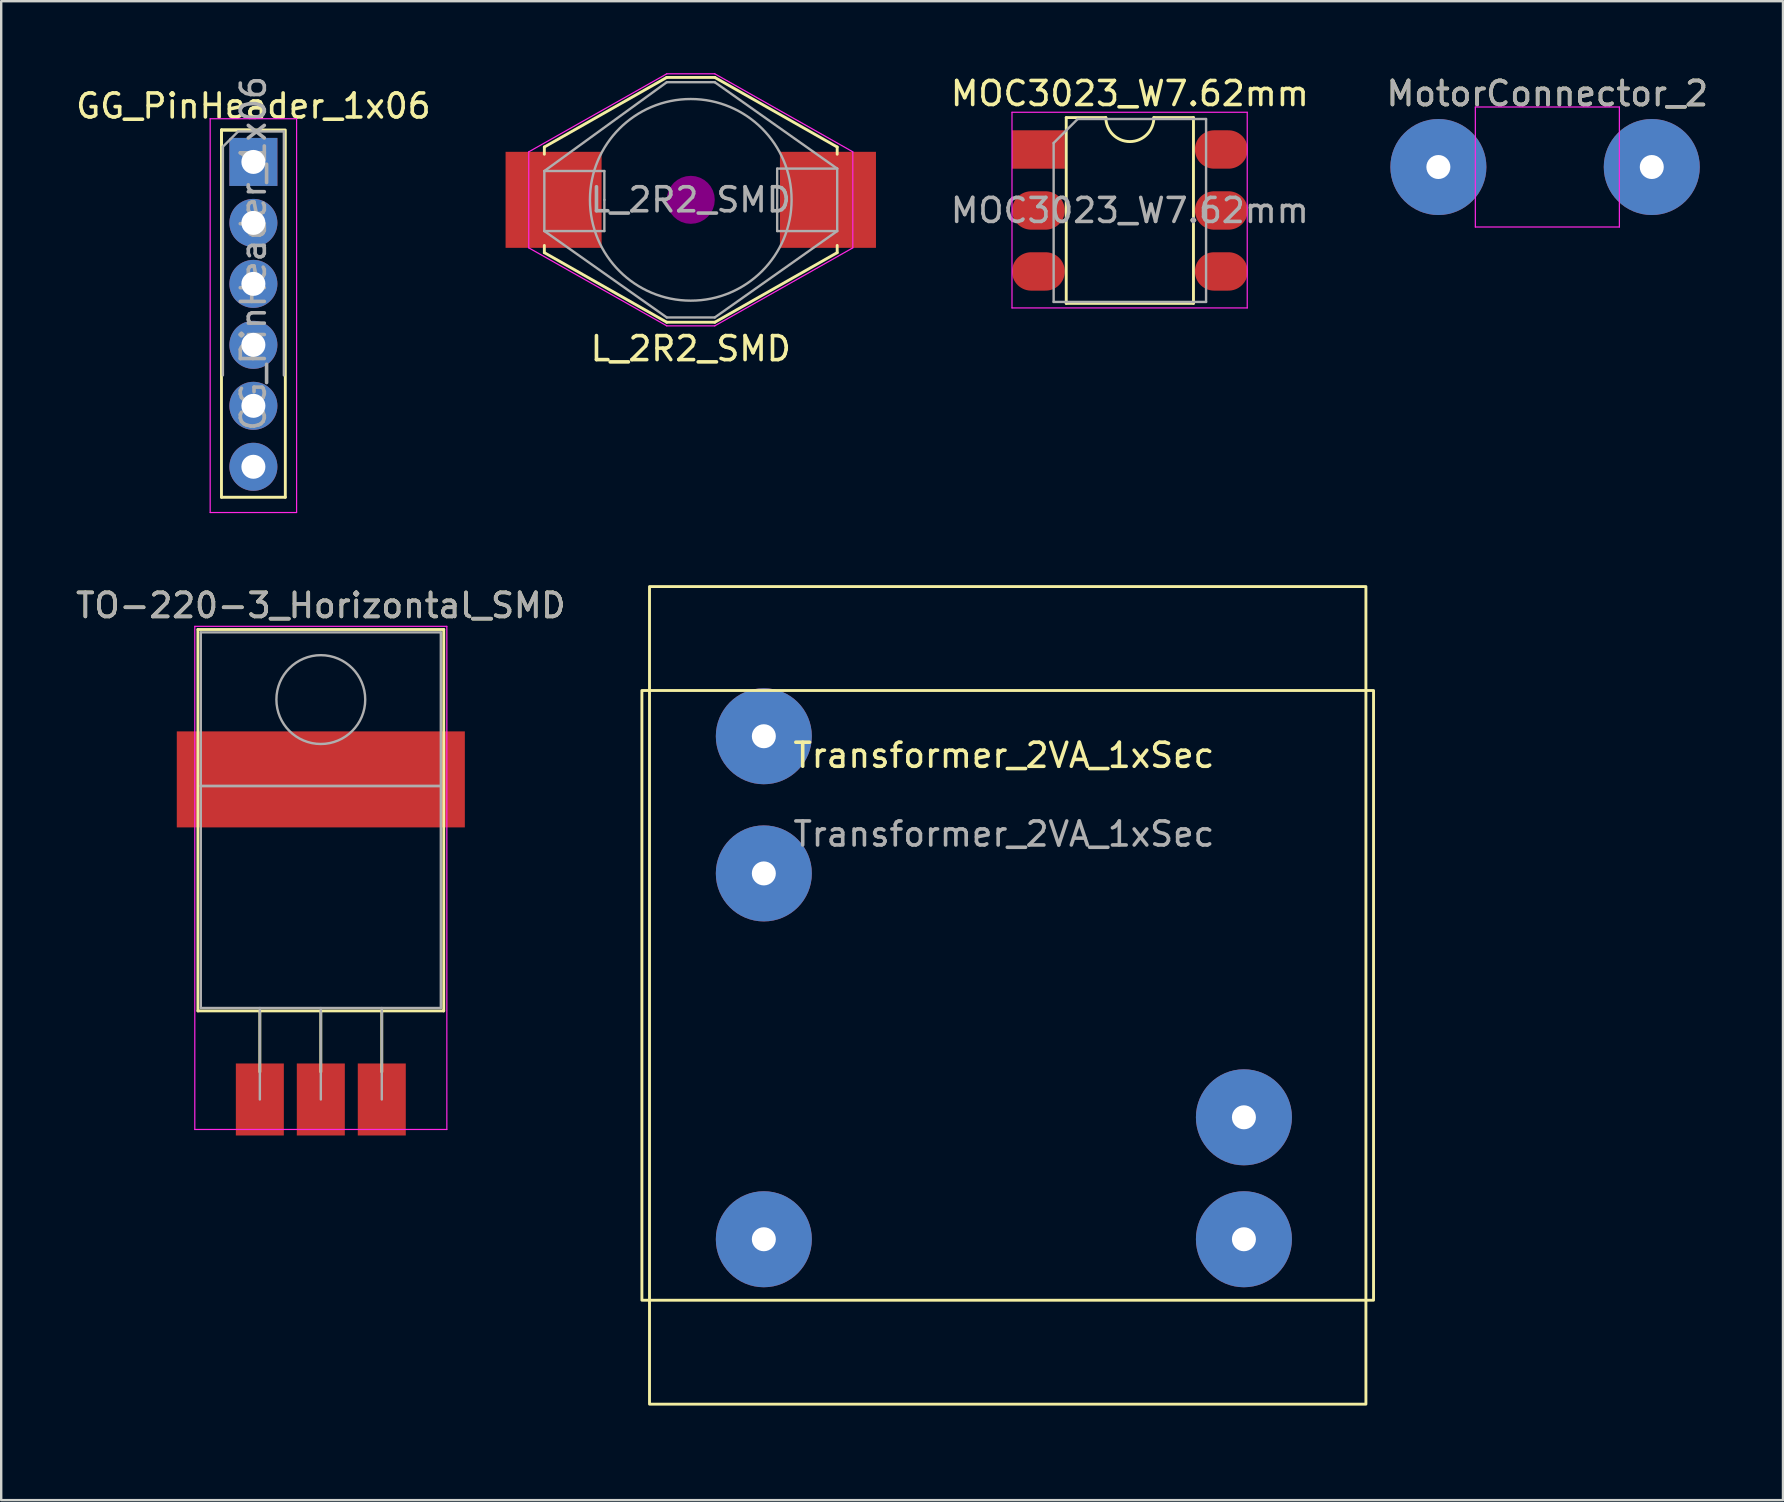
<source format=kicad_pcb>
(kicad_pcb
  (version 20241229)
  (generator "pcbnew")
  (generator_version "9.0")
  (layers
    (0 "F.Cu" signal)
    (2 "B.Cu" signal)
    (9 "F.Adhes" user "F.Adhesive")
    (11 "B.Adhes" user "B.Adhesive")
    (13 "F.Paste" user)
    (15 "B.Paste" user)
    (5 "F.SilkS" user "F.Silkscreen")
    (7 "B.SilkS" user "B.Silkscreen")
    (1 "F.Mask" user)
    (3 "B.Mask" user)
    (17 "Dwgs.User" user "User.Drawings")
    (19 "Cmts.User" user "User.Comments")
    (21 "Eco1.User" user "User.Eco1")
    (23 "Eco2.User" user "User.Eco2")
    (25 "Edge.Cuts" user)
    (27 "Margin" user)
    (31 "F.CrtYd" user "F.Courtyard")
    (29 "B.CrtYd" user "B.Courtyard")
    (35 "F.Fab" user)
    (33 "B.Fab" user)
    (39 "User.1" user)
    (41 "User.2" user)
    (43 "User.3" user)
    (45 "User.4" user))
  (footprint "TO-220-3_Horizontal_SMD"
    (layer "F.Cu")
    (at 7.775 42.754)
    (property "Reference" "TO-220-3_Horizontal_SMD" (at 2.54 -20.58 0) (layer "F.SilkS") (effects (font (size 1 1) (thickness 0.15))))
    (attr through_hole)
    (fp_line (start -2.58 -19.58) (end -2.58 -3.69) (stroke (width 0.12) (type solid)) (layer "F.SilkS"))
    (fp_line (start -2.58 -19.58) (end 7.66 -19.58) (stroke (width 0.12) (type solid)) (layer "F.SilkS"))
    (fp_line (start -2.58 -3.69) (end 7.66 -3.69) (stroke (width 0.12) (type solid)) (layer "F.SilkS"))
    (fp_line (start 0 -3.69) (end 0 -1.15) (stroke (width 0.12) (type solid)) (layer "F.SilkS"))
    (fp_line (start 2.54 -3.69) (end 2.54 -1.15) (stroke (width 0.12) (type solid)) (layer "F.SilkS"))
    (fp_line (start 5.08 -3.69) (end 5.08 -1.15) (stroke (width 0.12) (type solid)) (layer "F.SilkS"))
    (fp_line (start 7.66 -19.58) (end 7.66 -3.69) (stroke (width 0.12) (type solid)) (layer "F.SilkS"))
    (fp_line (start -2.71 -19.71) (end -2.71 1.25) (stroke (width 0.05) (type solid)) (layer "F.CrtYd"))
    (fp_line (start -2.71 1.25) (end 7.79 1.25) (stroke (width 0.05) (type solid)) (layer "F.CrtYd"))
    (fp_line (start 7.79 -19.71) (end -2.71 -19.71) (stroke (width 0.05) (type solid)) (layer "F.CrtYd"))
    (fp_line (start 7.79 1.25) (end 7.79 -19.71) (stroke (width 0.05) (type solid)) (layer "F.CrtYd"))
    (fp_line (start -2.46 -19.46) (end 7.54 -19.46) (stroke (width 0.1) (type solid)) (layer "F.Fab"))
    (fp_line (start -2.46 -13.06) (end -2.46 -19.46) (stroke (width 0.1) (type solid)) (layer "F.Fab"))
    (fp_line (start -2.46 -13.06) (end 7.54 -13.06) (stroke (width 0.1) (type solid)) (layer "F.Fab"))
    (fp_line (start -2.46 -3.81) (end -2.46 -13.06) (stroke (width 0.1) (type solid)) (layer "F.Fab"))
    (fp_line (start 0 -3.81) (end 0 0) (stroke (width 0.1) (type solid)) (layer "F.Fab"))
    (fp_line (start 2.54 -3.81) (end 2.54 0) (stroke (width 0.1) (type solid)) (layer "F.Fab"))
    (fp_line (start 5.08 -3.81) (end 5.08 0) (stroke (width 0.1) (type solid)) (layer "F.Fab"))
    (fp_line (start 7.54 -19.46) (end 7.54 -13.06) (stroke (width 0.1) (type solid)) (layer "F.Fab"))
    (fp_line (start 7.54 -13.06) (end -2.46 -13.06) (stroke (width 0.1) (type solid)) (layer "F.Fab"))
    (fp_line (start 7.54 -13.06) (end 7.54 -3.81) (stroke (width 0.1) (type solid)) (layer "F.Fab"))
    (fp_line (start 7.54 -3.81) (end -2.46 -3.81) (stroke (width 0.1) (type solid)) (layer "F.Fab"))
    (fp_circle (center 2.54 -16.66) (end 4.39 -16.66) (stroke (width 0.1) (type solid)) (fill no) (layer "F.Fab"))
    (fp_text user "${REFERENCE}" (at 2.54 -20.58 0) (layer "F.Fab") (effects (font (size 1 1) (thickness 0.15))))
    (pad "1" smd rect (at 0 0) (size 2 3) (layers "F.Cu" "F.Mask" "F.Paste"))
    (pad "2" smd rect (at 2.54 -13.335) (size 12 4) (layers "F.Cu" "F.Mask" "F.Paste"))
    (pad "2" smd rect (at 2.54 0) (size 2 3) (layers "F.Cu" "F.Mask" "F.Paste"))
    (pad "3" smd rect (at 5.08 0) (size 2 3) (layers "F.Cu" "F.Mask" "F.Paste")))
  (footprint "L_2R2_SMD"
    (layer "F.Cu")
    (at 25.727 5.275)
    (property "Reference" "L_2R2_SMD" (at 0 6.2 180) (layer "F.SilkS") (effects (font (size 1 1) (thickness 0.15))))
    (attr smd)
    (fp_line (start -6.1 -2.2) (end -1 -5.1) (stroke (width 0.12) (type solid)) (layer "F.SilkS"))
    (fp_line (start -6.1 -1.9) (end -6.1 -2.2) (stroke (width 0.12) (type solid)) (layer "F.SilkS"))
    (fp_line (start -6.1 1.9) (end -6.1 2.2) (stroke (width 0.12) (type solid)) (layer "F.SilkS"))
    (fp_line (start -6.1 2.2) (end -1 5.1) (stroke (width 0.12) (type solid)) (layer "F.SilkS"))
    (fp_line (start 1 -5.1) (end -1 -5.1) (stroke (width 0.12) (type solid)) (layer "F.SilkS"))
    (fp_line (start 1 5.1) (end -1 5.1) (stroke (width 0.12) (type solid)) (layer "F.SilkS"))
    (fp_line (start 6.1 -2.2) (end 1 -5.1) (stroke (width 0.12) (type solid)) (layer "F.SilkS"))
    (fp_line (start 6.1 -1.9) (end 6.1 -2.2) (stroke (width 0.12) (type solid)) (layer "F.SilkS"))
    (fp_line (start 6.1 1.9) (end 6.1 2.2) (stroke (width 0.12) (type solid)) (layer "F.SilkS"))
    (fp_line (start 6.1 2.2) (end 1 5.1) (stroke (width 0.12) (type solid)) (layer "F.SilkS"))
    (fp_circle (center 0 0) (end 0.5 0) (stroke (width 1) (type solid)) (fill no) (layer "F.Adhes"))
    (fp_line (start -6.75 -2) (end -6.75 2) (stroke (width 0.05) (type solid)) (layer "F.CrtYd"))
    (fp_line (start -6.75 2) (end -1 5.25) (stroke (width 0.05) (type solid)) (layer "F.CrtYd"))
    (fp_line (start -1 -5.25) (end -6.75 -2) (stroke (width 0.05) (type solid)) (layer "F.CrtYd"))
    (fp_line (start -1 -5.25) (end 1 -5.25) (stroke (width 0.05) (type solid)) (layer "F.CrtYd"))
    (fp_line (start -1 5.25) (end 1 5.25) (stroke (width 0.05) (type solid)) (layer "F.CrtYd"))
    (fp_line (start 1 -5.25) (end 6.75 -2) (stroke (width 0.05) (type solid)) (layer "F.CrtYd"))
    (fp_line (start 1 5.25) (end 6.75 2) (stroke (width 0.05) (type solid)) (layer "F.CrtYd"))
    (fp_line (start 6.75 2) (end 6.75 -2) (stroke (width 0.05) (type solid)) (layer "F.CrtYd"))
    (fp_line (start -6.1 -1.2) (end -3.6 -1.2) (stroke (width 0.1) (type solid)) (layer "F.Fab"))
    (fp_line (start -6.1 1.3) (end -6.1 -1.2) (stroke (width 0.1) (type solid)) (layer "F.Fab"))
    (fp_line (start -3.6 -1.2) (end -3.6 0) (stroke (width 0.1) (type solid)) (layer "F.Fab"))
    (fp_line (start -3.6 0) (end -3.6 1.3) (stroke (width 0.1) (type solid)) (layer "F.Fab"))
    (fp_line (start -3.6 1.3) (end -6.1 1.3) (stroke (width 0.1) (type solid)) (layer "F.Fab"))
    (fp_line (start -1 -4.9) (end -6.1 -1.2) (stroke (width 0.1) (type solid)) (layer "F.Fab"))
    (fp_line (start -1 4.9) (end -6.1 1.3) (stroke (width 0.1) (type solid)) (layer "F.Fab"))
    (fp_line (start 1 -4.9) (end -1 -4.9) (stroke (width 0.1) (type solid)) (layer "F.Fab"))
    (fp_line (start 1 -4.9) (end 6.1 -1.3) (stroke (width 0.1) (type solid)) (layer "F.Fab"))
    (fp_line (start 1 4.9) (end -1 4.9) (stroke (width 0.1) (type solid)) (layer "F.Fab"))
    (fp_line (start 3.6 -1.3) (end 6.1 -1.3) (stroke (width 0.1) (type solid)) (layer "F.Fab"))
    (fp_line (start 3.6 1.3) (end 3.6 -1.3) (stroke (width 0.1) (type solid)) (layer "F.Fab"))
    (fp_line (start 6.1 -1.3) (end 6.1 1.3) (stroke (width 0.1) (type solid)) (layer "F.Fab"))
    (fp_line (start 6.1 1.3) (end 1 4.9) (stroke (width 0.1) (type solid)) (layer "F.Fab"))
    (fp_line (start 6.1 1.3) (end 3.6 1.3) (stroke (width 0.1) (type solid)) (layer "F.Fab"))
    (fp_circle (center 0 0) (end 4.2 0) (stroke (width 0.1) (type solid)) (fill no) (layer "F.Fab"))
    (fp_text user "${REFERENCE}" (at 0 0 180) (layer "F.Fab") (effects (font (size 1 1) (thickness 0.15))))
    (pad "1" smd rect (at -5.715 0) (size 4 4) (layers "F.Cu" "F.Mask" "F.Paste"))
    (pad "2" smd rect (at 5.715 0) (size 4 4) (layers "F.Cu" "F.Mask" "F.Paste")))
  (footprint "MotorConnector_2"
    (layer "F.Cu")
    (at 59.412 3.908)
    (property "Reference" "MotorConnector_2" (at 2 -3.06 0) (layer "F.SilkS") (effects (font (size 1 1) (thickness 0.15))))
    (attr through_hole)
    (fp_line (start -1 -2.5) (end -1 2.5) (stroke (width 0.05) (type solid)) (layer "F.CrtYd"))
    (fp_line (start -1 2.5) (end 5 2.5) (stroke (width 0.05) (type solid)) (layer "F.CrtYd"))
    (fp_line (start 5 -2.5) (end -1 -2.5) (stroke (width 0.05) (type solid)) (layer "F.CrtYd"))
    (fp_line (start 5 2.5) (end 5 -2.5) (stroke (width 0.05) (type solid)) (layer "F.CrtYd"))
    (fp_text user "${REFERENCE}" (at 2 -3.06 0) (layer "F.Fab") (effects (font (size 1 1) (thickness 0.15))))
    (pad "1" thru_hole circle (at -2.54 0) (size 4 4) (drill 1) (layers "*.Cu" "*.Mask"))
    (pad "2" thru_hole circle (at 6.35 0) (size 4 4) (drill 1) (layers "*.Cu" "*.Mask")))
  (footprint "MOC3023_W7.62mm"
    (layer "F.Cu")
    (at 40.209 3.178)
    (property "Reference" "MOC3023_W7.62mm" (at 3.81 -2.33 0) (layer "F.SilkS") (effects (font (size 1 1) (thickness 0.15))))
    (attr through_hole)
    (fp_line (start 1.16 -1.33) (end 1.16 6.41) (stroke (width 0.12) (type solid)) (layer "F.SilkS"))
    (fp_line (start 1.16 6.41) (end 6.46 6.41) (stroke (width 0.12) (type solid)) (layer "F.SilkS"))
    (fp_line (start 2.81 -1.33) (end 1.16 -1.33) (stroke (width 0.12) (type solid)) (layer "F.SilkS"))
    (fp_line (start 6.46 -1.33) (end 4.81 -1.33) (stroke (width 0.12) (type solid)) (layer "F.SilkS"))
    (fp_line (start 6.46 6.41) (end 6.46 -1.33) (stroke (width 0.12) (type solid)) (layer "F.SilkS"))
    (fp_arc (start 4.81 -1.33) (mid 3.81 -0.33) (end 2.81 -1.33) (stroke (width 0.12) (type solid)) (layer "F.SilkS"))
    (fp_line (start -1.1 -1.55) (end -1.1 6.6) (stroke (width 0.05) (type solid)) (layer "F.CrtYd"))
    (fp_line (start -1.1 6.6) (end 8.7 6.6) (stroke (width 0.05) (type solid)) (layer "F.CrtYd"))
    (fp_line (start 8.7 -1.55) (end -1.1 -1.55) (stroke (width 0.05) (type solid)) (layer "F.CrtYd"))
    (fp_line (start 8.7 6.6) (end 8.7 -1.55) (stroke (width 0.05) (type solid)) (layer "F.CrtYd"))
    (fp_line (start 0.635 -0.27) (end 1.635 -1.27) (stroke (width 0.1) (type solid)) (layer "F.Fab"))
    (fp_line (start 0.635 6.35) (end 0.635 -0.27) (stroke (width 0.1) (type solid)) (layer "F.Fab"))
    (fp_line (start 1.635 -1.27) (end 6.985 -1.27) (stroke (width 0.1) (type solid)) (layer "F.Fab"))
    (fp_line (start 6.985 -1.27) (end 6.985 6.35) (stroke (width 0.1) (type solid)) (layer "F.Fab"))
    (fp_line (start 6.985 6.35) (end 0.635 6.35) (stroke (width 0.1) (type solid)) (layer "F.Fab"))
    (fp_text user "${REFERENCE}" (at 3.81 2.54 0) (layer "F.Fab") (effects (font (size 1 1) (thickness 0.15))))
    (pad "1" smd rect (at 0 0) (size 2.2 1.6) (layers "F.Cu" "F.Mask" "F.Paste"))
    (pad "2" smd oval (at 0 2.54) (size 2.2 1.6) (layers "F.Cu" "F.Mask" "F.Paste"))
    (pad "3" smd oval (at 0 5.08) (size 2.2 1.6) (layers "F.Cu" "F.Mask" "F.Paste"))
    (pad "4" smd oval (at 7.62 5.08) (size 2.2 1.6) (layers "F.Cu" "F.Mask" "F.Paste"))
    (pad "5" smd oval (at 7.62 2.54) (size 2.2 1.6) (layers "F.Cu" "F.Mask" "F.Paste"))
    (pad "6" smd oval (at 7.62 0) (size 2.2 1.6) (layers "F.Cu" "F.Mask" "F.Paste")))
  (footprint "Transformer_2VA_1xSec"
    (layer "F.Cu")
    (at 28.771 56.196)
    (property "Reference" "Transformer_2VA_1xSec" (at 10 -27.78 0) (layer "F.SilkS") (effects (font (size 1 1) (thickness 0.15))))
    (attr through_hole)
    (fp_rect (start -5.08 -30.48) (end 25.4 -5.08) (stroke (width 0.12) (type solid)) (fill no) (layer "F.SilkS"))
    (fp_rect (start -4.763 -34.81) (end 25.082 -0.75) (stroke (width 0.12) (type solid)) (fill no) (layer "F.SilkS"))
    (fp_text user "${REFERENCE}" (at 10 -24.5 0) (layer "F.Fab") (effects (font (size 1 1) (thickness 0.15))))
    (pad "1" thru_hole circle (at 20 -12.7) (size 4 4) (drill 1) (layers "*.Cu" "*.Mask"))
    (pad "2" thru_hole circle (at 20 -7.62) (size 4 4) (drill 1) (layers "*.Cu" "*.Mask"))
    (pad "3" thru_hole circle (at 0 -7.62) (size 4 4) (drill 1) (layers "*.Cu" "*.Mask"))
    (pad "4" thru_hole circle (at 0 -22.86) (size 4 4) (drill 1) (layers "*.Cu" "*.Mask"))
    (pad "5" thru_hole circle (at 0 -28.575) (size 4 4) (drill 1) (layers "*.Cu" "*.Mask")))
  (footprint "GG_PinHeader_1x06"
    (layer "F.Cu")
    (at 7.506 3.696)
    (property "Reference" "GG_PinHeader_1x06" (at 0 -2.33 0) (layer "F.SilkS") (effects (font (size 1 1) (thickness 0.15))))
    (attr through_hole)
    (fp_line (start -1.33 -1.33) (end -1.33 13.97) (stroke (width 0.12) (type solid)) (layer "F.SilkS"))
    (fp_line (start -1.33 -1.33) (end 0 -1.33) (stroke (width 0.12) (type solid)) (layer "F.SilkS"))
    (fp_line (start -1.33 -1.33) (end 1.33 -1.33) (stroke (width 0.12) (type solid)) (layer "F.SilkS"))
    (fp_line (start -1.33 0) (end -1.33 -1.33) (stroke (width 0.12) (type solid)) (layer "F.SilkS"))
    (fp_line (start -1.33 13.97) (end 1.33 13.97) (stroke (width 0.12) (type solid)) (layer "F.SilkS"))
    (fp_line (start 1.33 -1.27) (end 1.33 13.97) (stroke (width 0.12) (type solid)) (layer "F.SilkS"))
    (fp_line (start -1.8 -1.8) (end -1.8 14.605) (stroke (width 0.05) (type solid)) (layer "F.CrtYd"))
    (fp_line (start -1.8 14.605) (end 1.8 14.605) (stroke (width 0.05) (type solid)) (layer "F.CrtYd"))
    (fp_line (start 1.8 -1.8) (end -1.8 -1.8) (stroke (width 0.05) (type solid)) (layer "F.CrtYd"))
    (fp_line (start 1.8 14.605) (end 1.8 -1.8) (stroke (width 0.05) (type solid)) (layer "F.CrtYd"))
    (fp_line (start -1.27 -0.635) (end -0.635 -1.27) (stroke (width 0.1) (type solid)) (layer "F.Fab"))
    (fp_line (start -1.27 8.89) (end -1.27 -0.635) (stroke (width 0.1) (type solid)) (layer "F.Fab"))
    (fp_line (start -0.635 -1.27) (end 1.27 -1.27) (stroke (width 0.1) (type solid)) (layer "F.Fab"))
    (fp_line (start 1.27 -1.27) (end 1.27 8.89) (stroke (width 0.1) (type solid)) (layer "F.Fab"))
    (fp_text user "${REFERENCE}" (at 0 3.81 90) (layer "F.Fab") (effects (font (size 1 1) (thickness 0.15))))
    (pad "1" thru_hole rect (at 0 0) (size 2 2) (drill 1) (layers "*.Cu" "*.Mask"))
    (pad "2" thru_hole circle (at 0 2.54) (size 2 2) (drill 1) (layers "*.Cu" "*.Mask"))
    (pad "3" thru_hole circle (at 0 5.08) (size 2 2) (drill 1) (layers "*.Cu" "*.Mask"))
    (pad "4" thru_hole circle (at 0 7.62) (size 2 2) (drill 1) (layers "*.Cu" "*.Mask"))
    (pad "5" thru_hole circle (at 0 10.16) (size 2 2) (drill 1) (layers "*.Cu" "*.Mask"))
    (pad "6" thru_hole circle (at 0 12.7) (size 2 2) (drill 1) (layers "*.Cu" "*.Mask")))
  (gr_rect
    (start -3 -3)
    (end 71.228 59.446)
    (stroke (width 0.1) (type default))
    (fill no)
    (layer "Edge.Cuts")))
</source>
